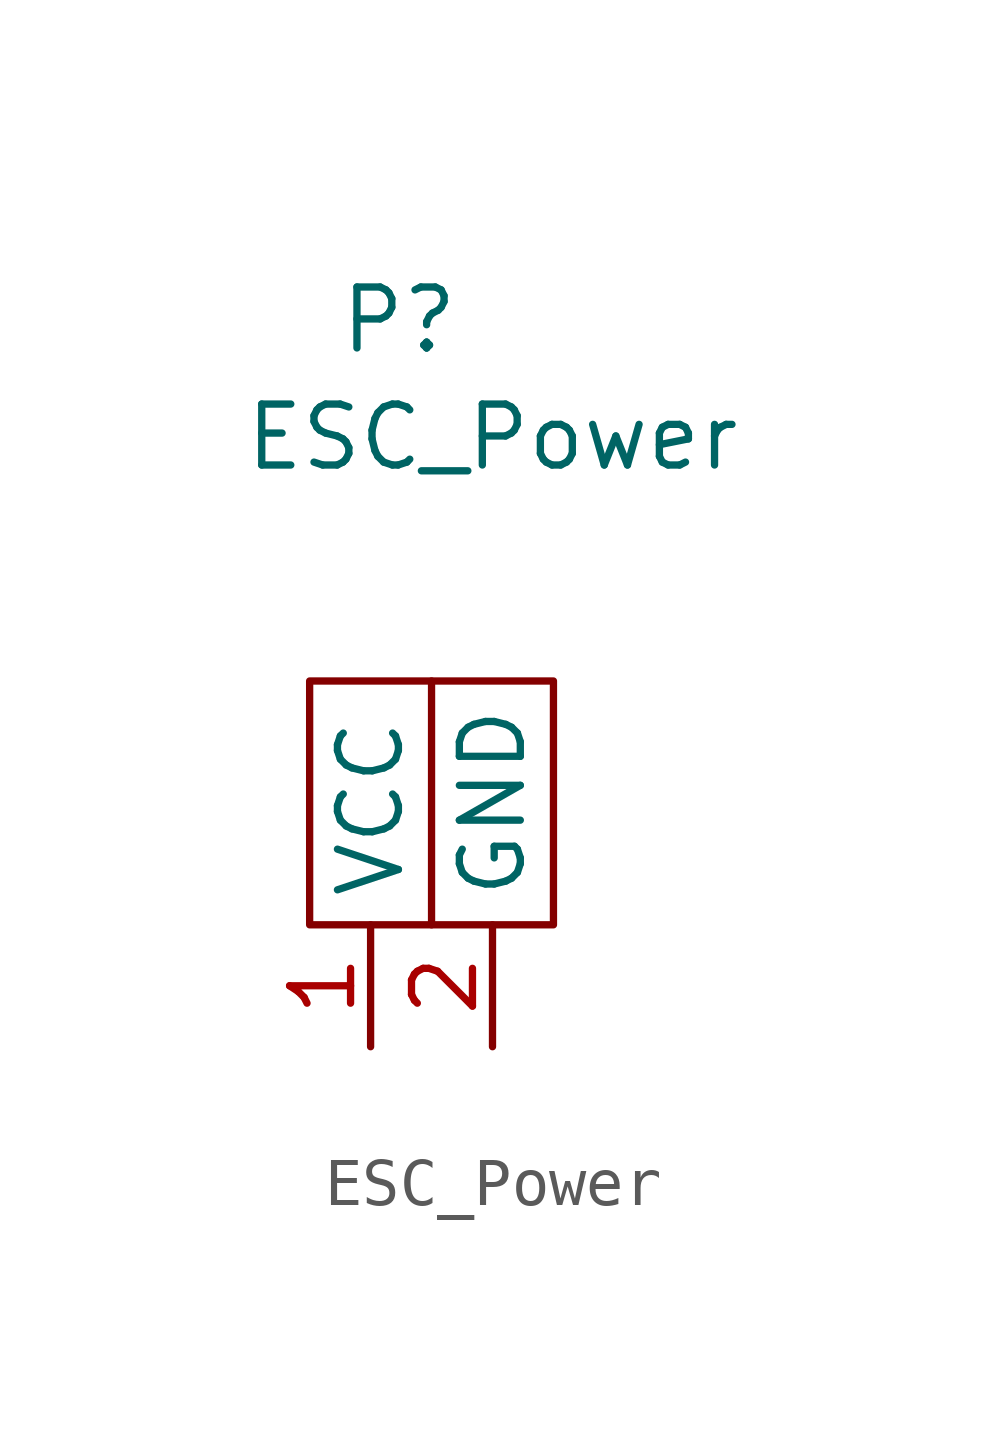
<source format=kicad_sym>
(kicad_symbol_lib
  (version 20211014)
  (generator kicad_symbol_editor)
  (symbol "ESC_Power"
    (property "Reference" "P"
      (at -0.677 12.599 0)
      (effects (font (size 1.27 1.27))))
    (property "Value" "ESC_Power"
      (at 1.27 10.16 0)
      (effects (font (size 1.27 1.27))))
    (symbol "ESC_Power_0_1"
      (polyline (pts (xy 0 5.08) (xy 0 0)) (stroke (width 0) (type default) (color 0 0 0 0)) (fill (type none)))
      (polyline (pts (xy -2.54 0) (xy 2.54 0) (xy 2.54 5.08) (xy -2.54 5.08) (xy -2.54 0)) (stroke (width 0) (type default) (color 0 0 0 0)) (fill (type none))))
    (symbol "ESC_Power_1_1"
      (pin input line (at -1.27 -2.54 90) (length 2.54) (name "VCC" (effects (font (size 1.27 1.27)))) (number "1" (effects (font (size 1.27 1.27)))))
      (pin input line (at 1.27 -2.54 90) (length 2.54) (name "GND" (effects (font (size 1.27 1.27)))) (number "2" (effects (font (size 1.27 1.27))))))))
</source>
